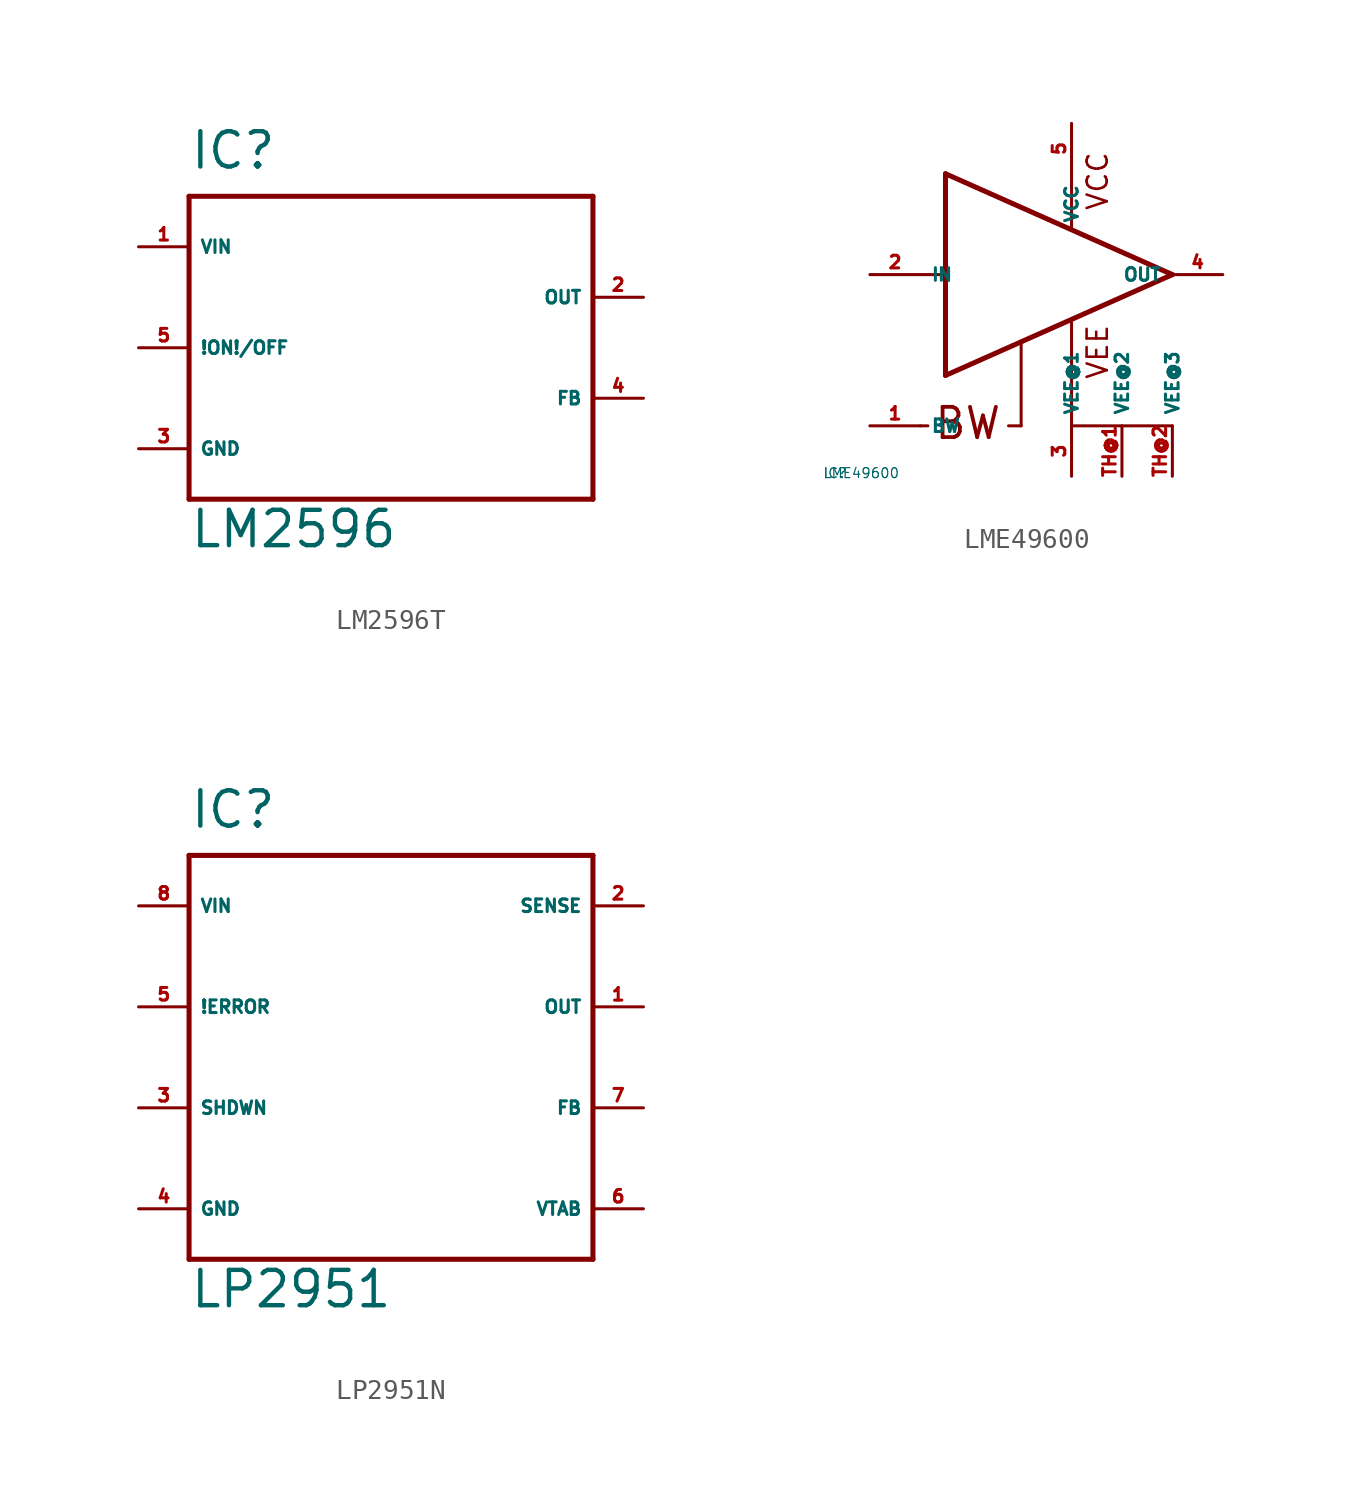
<source format=kicad_sym>
(kicad_symbol_lib
  (version 20220914)
  (generator Eagle2Kicad)
  (symbol "LM2596T"
    (property "Reference" "IC"
      (at -10.16 8.89 0)
      (effects (font (size 1.778 1.778) (thickness 0.22)) (justify left bottom)))
    (property "Value" "LM2596"
      (at -10.16 -10.16 0)
      (effects (font (size 1.778 1.778) (thickness 0.22)) (justify left bottom)))
    (polyline
      (pts (xy -10.16 7.62) (xy 10.16 7.62))
      (stroke (width 0.254) (type default))
      (fill (type none)))
    (polyline
      (pts (xy 10.16 7.62) (xy 10.16 -7.62))
      (stroke (width 0.254) (type default))
      (fill (type none)))
    (polyline
      (pts (xy 10.16 -7.62) (xy -10.16 -7.62))
      (stroke (width 0.254) (type default))
      (fill (type none)))
    (polyline
      (pts (xy -10.16 -7.62) (xy -10.16 7.62))
      (stroke (width 0.254) (type default))
      (fill (type none)))
    (pin input line
      (at -12.7 5.08 0)
      (length 2.54)
      (name "VIN" (effects (font (size 0.635 0.635) (thickness 0.08)) (justify left bottom)))
      (number "1" (effects (font (size 0.635 0.635) (thickness 0.08)) (justify left bottom))))
    (pin input line
      (at -12.7 0 0)
      (length 2.54)
      (name "!ON!/OFF" (effects (font (size 0.635 0.635) (thickness 0.08)) (justify left bottom)))
      (number "5" (effects (font (size 0.635 0.635) (thickness 0.08)) (justify left bottom))))
    (pin unspecified line
      (at -12.7 -5.08 0)
      (length 2.54)
      (name "GND" (effects (font (size 0.635 0.635) (thickness 0.08)) (justify left bottom)))
      (number "3" (effects (font (size 0.635 0.635) (thickness 0.08)) (justify left bottom))))
    (pin output line
      (at 12.7 2.54 180)
      (length 2.54)
      (name "OUT" (effects (font (size 0.635 0.635) (thickness 0.08)) (justify left bottom)))
      (number "2" (effects (font (size 0.635 0.635) (thickness 0.08)) (justify left bottom))))
    (pin input line
      (at 12.7 -2.54 180)
      (length 2.54)
      (name "FB" (effects (font (size 0.635 0.635) (thickness 0.08)) (justify left bottom)))
      (number "4" (effects (font (size 0.635 0.635) (thickness 0.08)) (justify left bottom)))))
  (symbol "LME49600"
    (property "Reference" "IC"
      (at -10 -10 0)
      (effects (font (size 0.5 0.5) (thickness 0.06)) (justify left)))
    (property "Value" "LME49600"
      (at -10 -10 0)
      (effects (font (size 0.5 0.5) (thickness 0.06)) (justify left)))
    (polyline
      (pts (xy -3.81 5.08) (xy -3.81 0))
      (stroke (width 0.254) (type default))
      (fill (type none)))
    (polyline
      (pts (xy -3.81 0) (xy -3.81 -5.08))
      (stroke (width 0.254) (type default))
      (fill (type none)))
    (polyline
      (pts (xy -3.81 -5.08) (xy 7.62 0))
      (stroke (width 0.254) (type default))
      (fill (type none)))
    (polyline
      (pts (xy 7.62 0) (xy -3.81 5.08))
      (stroke (width 0.254) (type default))
      (fill (type none)))
    (polyline
      (pts (xy -5.08 0) (xy -3.81 0))
      (stroke (width 0.152) (type default))
      (fill (type none)))
    (polyline
      (pts (xy -5.08 -7.62) (xy -4.699 -7.62))
      (stroke (width 0.152) (type default))
      (fill (type none)))
    (polyline
      (pts (xy -0.635 -7.62) (xy 0 -7.62))
      (stroke (width 0.152) (type default))
      (fill (type none)))
    (polyline
      (pts (xy 0 -7.62) (xy 0 -3.429))
      (stroke (width 0.152) (type default))
      (fill (type none)))
    (polyline
      (pts (xy 2.54 -7.62) (xy 2.54 -2.413))
      (stroke (width 0.152) (type default))
      (fill (type none)))
    (polyline
      (pts (xy 2.54 5.08) (xy 2.54 2.286))
      (stroke (width 0.152) (type default))
      (fill (type none)))
    (polyline
      (pts (xy 2.54 -7.62) (xy 7.62 -7.62))
      (stroke (width 0.152) (type default))
      (fill (type none)))
    (text "VCC"
      (at 4.445 3.175 900)
      (effects (font (size 1.016 1.016) (thickness 0.13)) (justify left bottom)))
    (text "VEE"
      (at 4.445 -5.334 900)
      (effects (font (size 1.016 1.016) (thickness 0.13)) (justify left bottom)))
    (text "BW"
      (at -4.445 -8.382 0)
      (effects (font (size 1.524 1.524) (thickness 0.19)) (justify left bottom)))
    (pin input line
      (at -7.62 0 0)
      (length 2.54)
      (name "IN" (effects (font (size 0.635 0.635) (thickness 0.08)) (justify left bottom)))
      (number "2" (effects (font (size 0.635 0.635) (thickness 0.08)) (justify left bottom))))
    (pin output line
      (at 10.16 0 180)
      (length 2.54)
      (name "OUT" (effects (font (size 0.635 0.635) (thickness 0.08)) (justify left bottom)))
      (number "4" (effects (font (size 0.635 0.635) (thickness 0.08)) (justify left bottom))))
    (pin input line
      (at -7.62 -7.62 0)
      (length 2.54)
      (name "BW" (effects (font (size 0.635 0.635) (thickness 0.08)) (justify left bottom)))
      (number "1" (effects (font (size 0.635 0.635) (thickness 0.08)) (justify left bottom))))
    (pin unspecified line
      (at 2.54 -10.16 90)
      (length 2.54)
      (name "VEE@1" (effects (font (size 0.635 0.635) (thickness 0.08)) (justify left bottom)))
      (number "3" (effects (font (size 0.635 0.635) (thickness 0.08)) (justify left bottom))))
    (pin unspecified line
      (at 2.54 7.62 270)
      (length 2.54)
      (name "VCC" (effects (font (size 0.635 0.635) (thickness 0.08)) (justify left bottom)))
      (number "5" (effects (font (size 0.635 0.635) (thickness 0.08)) (justify left bottom))))
    (pin unspecified line
      (at 5.08 -10.16 90)
      (length 2.54)
      (name "VEE@2" (effects (font (size 0.635 0.635) (thickness 0.08)) (justify left bottom)))
      (number "TH@1" (effects (font (size 0.635 0.635) (thickness 0.08)) (justify left bottom))))
    (pin unspecified line
      (at 7.62 -10.16 90)
      (length 2.54)
      (name "VEE@3" (effects (font (size 0.635 0.635) (thickness 0.08)) (justify left bottom)))
      (number "TH@2" (effects (font (size 0.635 0.635) (thickness 0.08)) (justify left bottom)))))
  (symbol "LP2951N"
    (property "Reference" "IC"
      (at -10.16 11.43 0)
      (effects (font (size 1.778 1.778) (thickness 0.22)) (justify left bottom)))
    (property "Value" "LP2951"
      (at -10.16 -12.7 0)
      (effects (font (size 1.778 1.778) (thickness 0.22)) (justify left bottom)))
    (polyline
      (pts (xy -10.16 10.16) (xy 10.16 10.16))
      (stroke (width 0.254) (type default))
      (fill (type none)))
    (polyline
      (pts (xy 10.16 10.16) (xy 10.16 -10.16))
      (stroke (width 0.254) (type default))
      (fill (type none)))
    (polyline
      (pts (xy 10.16 -10.16) (xy -10.16 -10.16))
      (stroke (width 0.254) (type default))
      (fill (type none)))
    (polyline
      (pts (xy -10.16 -10.16) (xy -10.16 10.16))
      (stroke (width 0.254) (type default))
      (fill (type none)))
    (pin input line
      (at -12.7 7.62 0)
      (length 2.54)
      (name "VIN" (effects (font (size 0.635 0.635) (thickness 0.08)) (justify left bottom)))
      (number "8" (effects (font (size 0.635 0.635) (thickness 0.08)) (justify left bottom))))
    (pin input line
      (at -12.7 -2.54 0)
      (length 2.54)
      (name "SHDWN" (effects (font (size 0.635 0.635) (thickness 0.08)) (justify left bottom)))
      (number "3" (effects (font (size 0.635 0.635) (thickness 0.08)) (justify left bottom))))
    (pin unspecified line
      (at -12.7 -7.62 0)
      (length 2.54)
      (name "GND" (effects (font (size 0.635 0.635) (thickness 0.08)) (justify left bottom)))
      (number "4" (effects (font (size 0.635 0.635) (thickness 0.08)) (justify left bottom))))
    (pin output line
      (at 12.7 2.54 180)
      (length 2.54)
      (name "OUT" (effects (font (size 0.635 0.635) (thickness 0.08)) (justify left bottom)))
      (number "1" (effects (font (size 0.635 0.635) (thickness 0.08)) (justify left bottom))))
    (pin input line
      (at 12.7 -2.54 180)
      (length 2.54)
      (name "FB" (effects (font (size 0.635 0.635) (thickness 0.08)) (justify left bottom)))
      (number "7" (effects (font (size 0.635 0.635) (thickness 0.08)) (justify left bottom))))
    (pin input line
      (at 12.7 7.62 180)
      (length 2.54)
      (name "SENSE" (effects (font (size 0.635 0.635) (thickness 0.08)) (justify left bottom)))
      (number "2" (effects (font (size 0.635 0.635) (thickness 0.08)) (justify left bottom))))
    (pin output line
      (at -12.7 2.54 0)
      (length 2.54)
      (name "!ERROR" (effects (font (size 0.635 0.635) (thickness 0.08)) (justify left bottom)))
      (number "5" (effects (font (size 0.635 0.635) (thickness 0.08)) (justify left bottom))))
    (pin input line
      (at 12.7 -7.62 180)
      (length 2.54)
      (name "VTAB" (effects (font (size 0.635 0.635) (thickness 0.08)) (justify left bottom)))
      (number "6" (effects (font (size 0.635 0.635) (thickness 0.08)) (justify left bottom))))))
</source>
